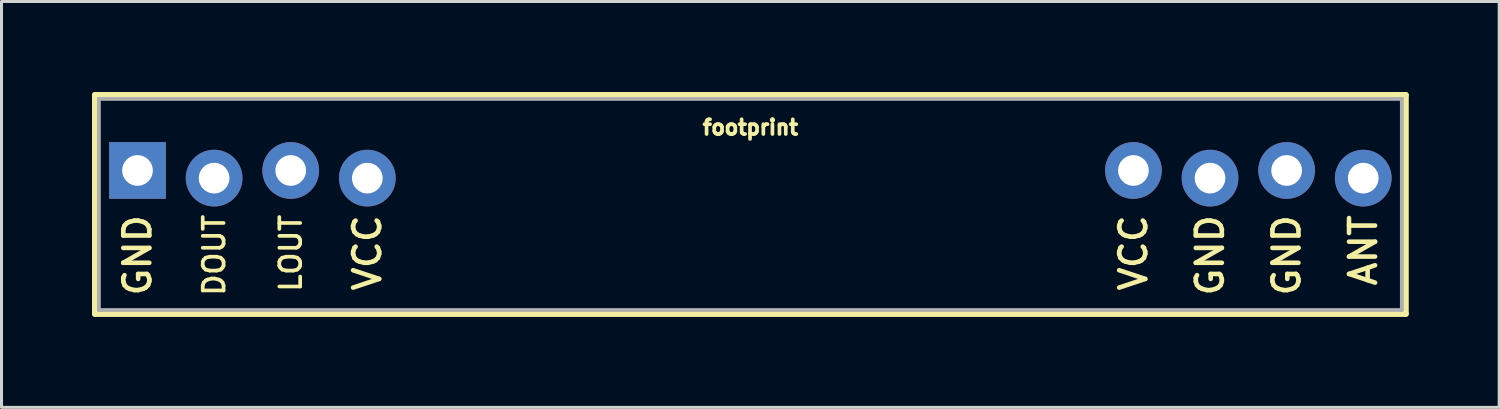
<source format=kicad_pcb>
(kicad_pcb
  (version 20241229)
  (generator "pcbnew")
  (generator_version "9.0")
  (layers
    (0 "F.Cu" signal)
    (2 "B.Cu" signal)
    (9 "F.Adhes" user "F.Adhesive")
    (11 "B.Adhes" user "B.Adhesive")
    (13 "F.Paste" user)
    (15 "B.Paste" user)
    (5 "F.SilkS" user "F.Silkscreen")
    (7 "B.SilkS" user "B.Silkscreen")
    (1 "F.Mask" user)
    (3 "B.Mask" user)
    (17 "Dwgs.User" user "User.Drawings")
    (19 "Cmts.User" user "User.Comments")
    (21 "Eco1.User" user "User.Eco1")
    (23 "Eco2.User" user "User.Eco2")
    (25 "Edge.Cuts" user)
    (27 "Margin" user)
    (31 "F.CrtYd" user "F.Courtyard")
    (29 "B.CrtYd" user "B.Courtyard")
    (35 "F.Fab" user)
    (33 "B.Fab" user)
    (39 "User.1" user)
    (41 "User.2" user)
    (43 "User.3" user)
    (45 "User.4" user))
  (footprint "footprint"
    (layer "F.Cu")
    (at 21.829 2.729)
    (property "Reference" "footprint" (at 0 -1.27 0) (layer "F.SilkS") (effects (font (size 0.488 0.488) (thickness 0.122)) (justify bottom)))
    (fp_line (start -21.727 -2.627) (end -21.727 4.627) (stroke (width 0.203) (type solid)) (layer "F.SilkS"))
    (fp_line (start -21.727 4.627) (end 21.727 4.627) (stroke (width 0.203) (type solid)) (layer "F.SilkS"))
    (fp_line (start 21.727 -2.627) (end -21.727 -2.627) (stroke (width 0.203) (type solid)) (layer "F.SilkS"))
    (fp_line (start 21.727 4.627) (end 21.727 -2.627) (stroke (width 0.203) (type solid)) (layer "F.SilkS"))
    (fp_line (start -21.6 -2.5) (end -21.6 4.5) (stroke (width 0.127) (type solid)) (layer "F.Fab"))
    (fp_line (start -21.6 4.5) (end 21.6 4.5) (stroke (width 0.127) (type solid)) (layer "F.Fab"))
    (fp_line (start 21.6 -2.5) (end -21.6 -2.5) (stroke (width 0.127) (type solid)) (layer "F.Fab"))
    (fp_line (start 21.6 4.5) (end 21.6 -2.5) (stroke (width 0.127) (type solid)) (layer "F.Fab"))
    (fp_poly (pts (xy -20.574 0.254) (xy -20.066 0.254) (xy -20.066 -0.254) (xy -20.574 -0.254)) (stroke (width 0.1) (type solid)) (fill no) (layer "F.Fab"))
    (fp_poly (pts (xy -18.034 0.254) (xy -17.526 0.254) (xy -17.526 -0.254) (xy -18.034 -0.254)) (stroke (width 0.1) (type solid)) (fill no) (layer "F.Fab"))
    (fp_poly (pts (xy -15.494 0.254) (xy -14.986 0.254) (xy -14.986 -0.254) (xy -15.494 -0.254)) (stroke (width 0.1) (type solid)) (fill no) (layer "F.Fab"))
    (fp_poly (pts (xy -12.954 0.254) (xy -12.446 0.254) (xy -12.446 -0.254) (xy -12.954 -0.254)) (stroke (width 0.1) (type solid)) (fill no) (layer "F.Fab"))
    (fp_poly (pts (xy 12.446 0.254) (xy 12.954 0.254) (xy 12.954 -0.254) (xy 12.446 -0.254)) (stroke (width 0.1) (type solid)) (fill no) (layer "F.Fab"))
    (fp_poly (pts (xy 14.986 0.254) (xy 15.494 0.254) (xy 15.494 -0.254) (xy 14.986 -0.254)) (stroke (width 0.1) (type solid)) (fill no) (layer "F.Fab"))
    (fp_poly (pts (xy 17.526 0.254) (xy 18.034 0.254) (xy 18.034 -0.254) (xy 17.526 -0.254)) (stroke (width 0.1) (type solid)) (fill no) (layer "F.Fab"))
    (fp_poly (pts (xy 20.066 0.254) (xy 20.574 0.254) (xy 20.574 -0.254) (xy 20.066 -0.254)) (stroke (width 0.1) (type solid)) (fill no) (layer "F.Fab"))
    (fp_text user "VCC" (at -12.7 1.27 90) (layer "F.SilkS") (effects (font (size 0.864 0.864) (thickness 0.152)) (justify right)))
    (fp_text user "GND" (at 17.78 1.27 90) (layer "F.SilkS") (effects (font (size 0.864 0.864) (thickness 0.152)) (justify right)))
    (fp_text user "GND" (at -20.32 1.27 90) (layer "F.SilkS") (effects (font (size 0.864 0.864) (thickness 0.152)) (justify right)))
    (fp_text user "LOUT" (at -15.24 1.27 90) (layer "F.SilkS") (effects (font (size 0.691 0.691) (thickness 0.122)) (justify right)))
    (fp_text user "GND" (at 15.24 1.27 90) (layer "F.SilkS") (effects (font (size 0.864 0.864) (thickness 0.152)) (justify right)))
    (fp_text user "VCC" (at 12.7 1.27 90) (layer "F.SilkS") (effects (font (size 0.864 0.864) (thickness 0.152)) (justify right)))
    (fp_text user "DOUT" (at -17.78 1.27 90) (layer "F.SilkS") (effects (font (size 0.691 0.691) (thickness 0.122)) (justify right)))
    (fp_text user "ANT" (at 20.32 1.27 90) (layer "F.SilkS") (effects (font (size 0.864 0.864) (thickness 0.152)) (justify right)))
    (pad "+5V@1" thru_hole circle (at -12.7 0.127 90) (size 1.88 1.88) (drill 1.016) (layers "*.Cu" "*.Mask"))
    (pad "+5V@2" thru_hole circle (at 12.7 -0.127 90) (size 1.88 1.88) (drill 1.016) (layers "*.Cu" "*.Mask"))
    (pad "ANT" thru_hole circle (at 20.32 0.127 90) (size 1.88 1.88) (drill 1.016) (layers "*.Cu" "*.Mask"))
    (pad "DATA@1" thru_hole circle (at -17.78 0.127 90) (size 1.88 1.88) (drill 1.016) (layers "*.Cu" "*.Mask"))
    (pad "DATA@2" thru_hole circle (at -15.24 -0.127 90) (size 1.88 1.88) (drill 1.016) (layers "*.Cu" "*.Mask"))
    (pad "GND@1" thru_hole rect (at -20.32 -0.127 90) (size 1.88 1.88) (drill 1.016) (layers "*.Cu" "*.Mask"))
    (pad "GND@2" thru_hole circle (at 15.24 0.127 90) (size 1.88 1.88) (drill 1.016) (layers "*.Cu" "*.Mask"))
    (pad "GND@3" thru_hole circle (at 17.78 -0.127 90) (size 1.88 1.88) (drill 1.016) (layers "*.Cu" "*.Mask")))
  (gr_rect
    (start -3 -3)
    (end 46.657 10.457)
    (stroke (width 0.1) (type default))
    (fill no)
    (layer "Edge.Cuts")))
</source>
